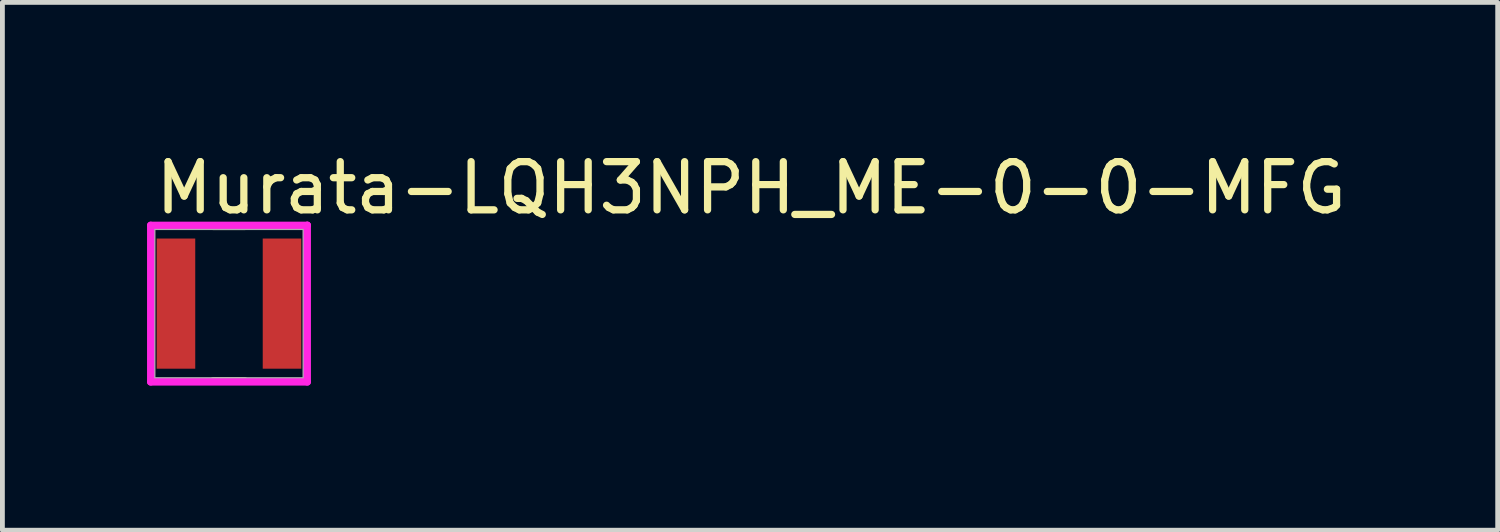
<source format=kicad_pcb>
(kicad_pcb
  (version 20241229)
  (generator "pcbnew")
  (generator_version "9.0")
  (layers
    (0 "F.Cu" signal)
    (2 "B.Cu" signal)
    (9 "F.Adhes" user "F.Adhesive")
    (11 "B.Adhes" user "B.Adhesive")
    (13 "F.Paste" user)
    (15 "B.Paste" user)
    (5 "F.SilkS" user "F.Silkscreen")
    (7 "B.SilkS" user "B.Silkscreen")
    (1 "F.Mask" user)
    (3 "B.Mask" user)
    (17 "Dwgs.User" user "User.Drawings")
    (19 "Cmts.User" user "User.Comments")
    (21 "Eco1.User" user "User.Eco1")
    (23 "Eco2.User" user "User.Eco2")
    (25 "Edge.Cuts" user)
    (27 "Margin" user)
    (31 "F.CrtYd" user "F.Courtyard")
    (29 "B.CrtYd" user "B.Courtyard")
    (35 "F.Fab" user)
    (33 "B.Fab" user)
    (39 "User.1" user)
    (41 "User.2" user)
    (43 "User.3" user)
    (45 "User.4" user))
  (footprint "Murata-LQH3NPH_ME-0-0-MFG"
    (layer "F.Cu")
    (at 1.7 3.248)
    (property "Reference" "Murata-LQH3NPH_ME-0-0-MFG" (at -1.6 -2.4 0) (layer "F.SilkS") (effects (font (size 1 1) (thickness 0.15)) (justify left)))
    (attr through_hole)
    (fp_line (start -0.325 -1.6) (end 0.325 -1.6) (stroke (width 0.15) (type solid)) (layer "F.SilkS"))
    (fp_line (start -0.325 1.6) (end 0.325 1.6) (stroke (width 0.15) (type solid)) (layer "F.SilkS"))
    (fp_line (start -1.625 -1.625) (end -1.625 1.625) (stroke (width 0.15) (type solid)) (layer "F.CrtYd"))
    (fp_line (start -1.625 1.625) (end 1.625 1.625) (stroke (width 0.15) (type solid)) (layer "F.CrtYd"))
    (fp_line (start 1.625 -1.625) (end -1.625 -1.625) (stroke (width 0.15) (type solid)) (layer "F.CrtYd"))
    (fp_line (start 1.625 -1.625) (end 1.625 -1.625) (stroke (width 0.15) (type solid)) (layer "F.CrtYd"))
    (fp_line (start 1.625 1.625) (end 1.625 -1.625) (stroke (width 0.15) (type solid)) (layer "F.CrtYd"))
    (fp_line (start -1.6 -1.6) (end 1.6 -1.6) (stroke (width 0.15) (type solid)) (layer "F.Fab"))
    (fp_line (start -1.6 1.6) (end -1.6 -1.6) (stroke (width 0.15) (type solid)) (layer "F.Fab"))
    (fp_line (start 1.6 -1.6) (end 1.6 1.6) (stroke (width 0.15) (type solid)) (layer "F.Fab"))
    (fp_line (start 1.6 1.6) (end -1.6 1.6) (stroke (width 0.15) (type solid)) (layer "F.Fab"))
    (pad "1" smd rect (at -1.1 0) (size 0.8 2.7) (layers "F.Cu" "F.Mask" "F.Paste"))
    (pad "2" smd rect (at 1.1 0) (size 0.8 2.7) (layers "F.Cu" "F.Mask" "F.Paste")))
  (gr_rect
    (start -3 -3)
    (end 28.017 7.948)
    (stroke (width 0.1) (type default))
    (fill no)
    (layer "Edge.Cuts")))
</source>
